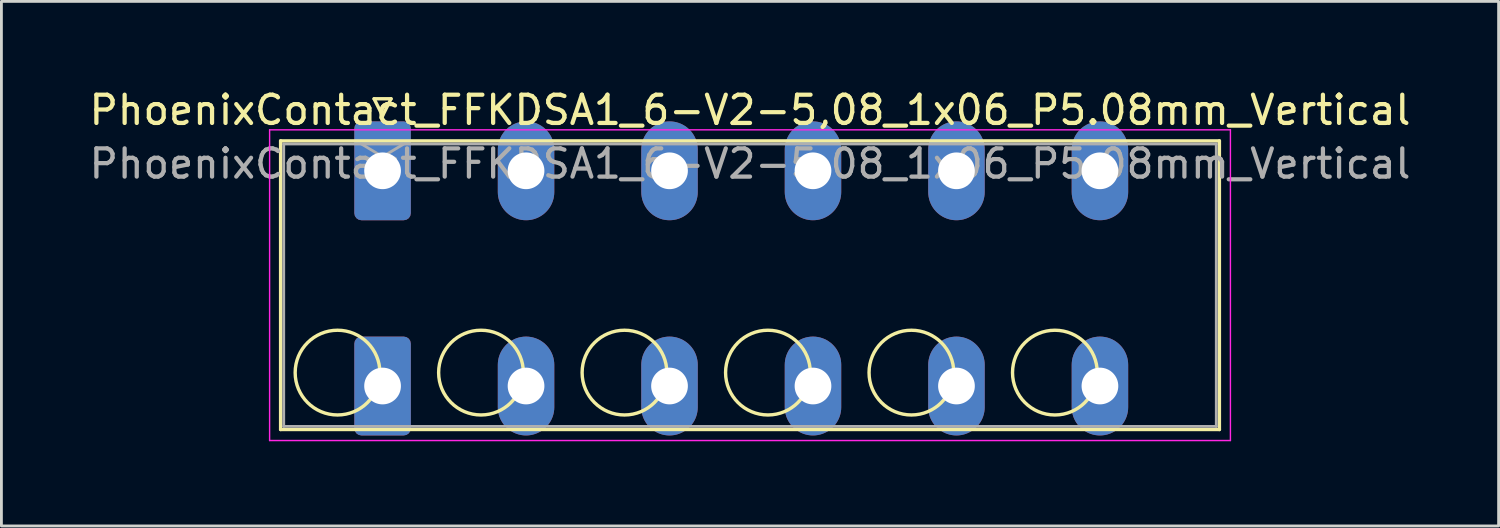
<source format=kicad_pcb>
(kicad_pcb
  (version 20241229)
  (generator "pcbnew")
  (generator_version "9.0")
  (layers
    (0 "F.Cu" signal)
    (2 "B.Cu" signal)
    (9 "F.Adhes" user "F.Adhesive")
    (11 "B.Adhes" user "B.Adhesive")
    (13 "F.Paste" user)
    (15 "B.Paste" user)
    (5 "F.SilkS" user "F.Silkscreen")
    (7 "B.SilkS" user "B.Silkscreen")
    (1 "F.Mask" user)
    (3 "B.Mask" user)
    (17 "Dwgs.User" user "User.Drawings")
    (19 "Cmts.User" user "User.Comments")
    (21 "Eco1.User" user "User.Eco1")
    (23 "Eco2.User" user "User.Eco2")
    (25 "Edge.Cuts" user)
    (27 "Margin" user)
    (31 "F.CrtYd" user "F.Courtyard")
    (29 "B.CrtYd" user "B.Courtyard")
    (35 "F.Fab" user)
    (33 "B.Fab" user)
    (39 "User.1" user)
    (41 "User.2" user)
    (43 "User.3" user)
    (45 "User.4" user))
  (footprint "PhoenixContact_FFKDSA1_6-V2-5,08_1x06_P5.08mm_Vertical"
    (layer "F.Cu")
    (at 10.496 2.998)
    (property "Reference" "PhoenixContact_FFKDSA1_6-V2-5,08_1x06_P5.08mm_Vertical" (at 13.01 -2.15 0) (layer "F.SilkS") (effects (font (size 1 1) (thickness 0.15))))
    (attr through_hole)
    (fp_line (start -3.61 -1.06) (end -3.61 9.16) (stroke (width 0.12) (type solid)) (layer "F.SilkS"))
    (fp_line (start -3.61 9.16) (end 29.63 9.16) (stroke (width 0.12) (type solid)) (layer "F.SilkS"))
    (fp_line (start -0.3 -2.55) (end 0.3 -2.55) (stroke (width 0.12) (type solid)) (layer "F.SilkS"))
    (fp_line (start 0 -1.95) (end -0.3 -2.55) (stroke (width 0.12) (type solid)) (layer "F.SilkS"))
    (fp_line (start 0.3 -2.55) (end 0 -1.95) (stroke (width 0.12) (type solid)) (layer "F.SilkS"))
    (fp_line (start 29.63 -1.06) (end -3.61 -1.06) (stroke (width 0.12) (type solid)) (layer "F.SilkS"))
    (fp_line (start 29.63 9.16) (end 29.63 -1.06) (stroke (width 0.12) (type solid)) (layer "F.SilkS"))
    (fp_circle (center -1.595 7.145) (end -0.095 7.145) (stroke (width 0.12) (type solid)) (fill no) (layer "F.SilkS"))
    (fp_circle (center 3.485 7.145) (end 4.985 7.145) (stroke (width 0.12) (type solid)) (fill no) (layer "F.SilkS"))
    (fp_circle (center 8.565 7.145) (end 10.065 7.145) (stroke (width 0.12) (type solid)) (fill no) (layer "F.SilkS"))
    (fp_circle (center 13.645 7.145) (end 15.145 7.145) (stroke (width 0.12) (type solid)) (fill no) (layer "F.SilkS"))
    (fp_circle (center 18.725 7.145) (end 20.225 7.145) (stroke (width 0.12) (type solid)) (fill no) (layer "F.SilkS"))
    (fp_circle (center 23.805 7.145) (end 25.305 7.145) (stroke (width 0.12) (type solid)) (fill no) (layer "F.SilkS"))
    (fp_line (start -4 -1.45) (end -4 9.55) (stroke (width 0.05) (type solid)) (layer "F.CrtYd"))
    (fp_line (start -4 9.55) (end 30.02 9.55) (stroke (width 0.05) (type solid)) (layer "F.CrtYd"))
    (fp_line (start 30.02 -1.45) (end -4 -1.45) (stroke (width 0.05) (type solid)) (layer "F.CrtYd"))
    (fp_line (start 30.02 9.55) (end 30.02 -1.45) (stroke (width 0.05) (type solid)) (layer "F.CrtYd"))
    (fp_line (start -3.5 -0.95) (end -3.5 9.05) (stroke (width 0.1) (type solid)) (layer "F.Fab"))
    (fp_line (start -3.5 9.05) (end 29.52 9.05) (stroke (width 0.1) (type solid)) (layer "F.Fab"))
    (fp_line (start 0 -0.5) (end -0.75 -0.95) (stroke (width 0.1) (type solid)) (layer "F.Fab"))
    (fp_line (start 0.75 -0.95) (end 0 -0.5) (stroke (width 0.1) (type solid)) (layer "F.Fab"))
    (fp_line (start 29.52 -0.95) (end -3.5 -0.95) (stroke (width 0.1) (type solid)) (layer "F.Fab"))
    (fp_line (start 29.52 9.05) (end 29.52 -0.95) (stroke (width 0.1) (type solid)) (layer "F.Fab"))
    (fp_text user "${REFERENCE}" (at 13.01 -0.25 0) (layer "F.Fab") (effects (font (size 1 1) (thickness 0.15))))
    (pad "1" thru_hole roundrect (at 0 0) (size 2 3.5) (drill 1.3) (layers "*.Cu" "*.Mask") (roundrect_rratio 0.125))
    (pad "1" thru_hole roundrect (at 0 7.62) (size 2 3.5) (drill 1.3) (layers "*.Cu" "*.Mask") (roundrect_rratio 0.125))
    (pad "2" thru_hole oval (at 5.08 0) (size 2 3.5) (drill 1.3) (layers "*.Cu" "*.Mask"))
    (pad "2" thru_hole oval (at 5.08 7.62) (size 2 3.5) (drill 1.3) (layers "*.Cu" "*.Mask"))
    (pad "3" thru_hole oval (at 10.16 0) (size 2 3.5) (drill 1.3) (layers "*.Cu" "*.Mask"))
    (pad "3" thru_hole oval (at 10.16 7.62) (size 2 3.5) (drill 1.3) (layers "*.Cu" "*.Mask"))
    (pad "4" thru_hole oval (at 15.24 0) (size 2 3.5) (drill 1.3) (layers "*.Cu" "*.Mask"))
    (pad "4" thru_hole oval (at 15.24 7.62) (size 2 3.5) (drill 1.3) (layers "*.Cu" "*.Mask"))
    (pad "5" thru_hole oval (at 20.32 0) (size 2 3.5) (drill 1.3) (layers "*.Cu" "*.Mask"))
    (pad "5" thru_hole oval (at 20.32 7.62) (size 2 3.5) (drill 1.3) (layers "*.Cu" "*.Mask"))
    (pad "6" thru_hole oval (at 25.4 0) (size 2 3.5) (drill 1.3) (layers "*.Cu" "*.Mask"))
    (pad "6" thru_hole oval (at 25.4 7.62) (size 2 3.5) (drill 1.3) (layers "*.Cu" "*.Mask")))
  (gr_rect
    (start -3 -3)
    (end 50.012 15.573)
    (stroke (width 0.1) (type default))
    (fill no)
    (layer "Edge.Cuts")))
</source>
